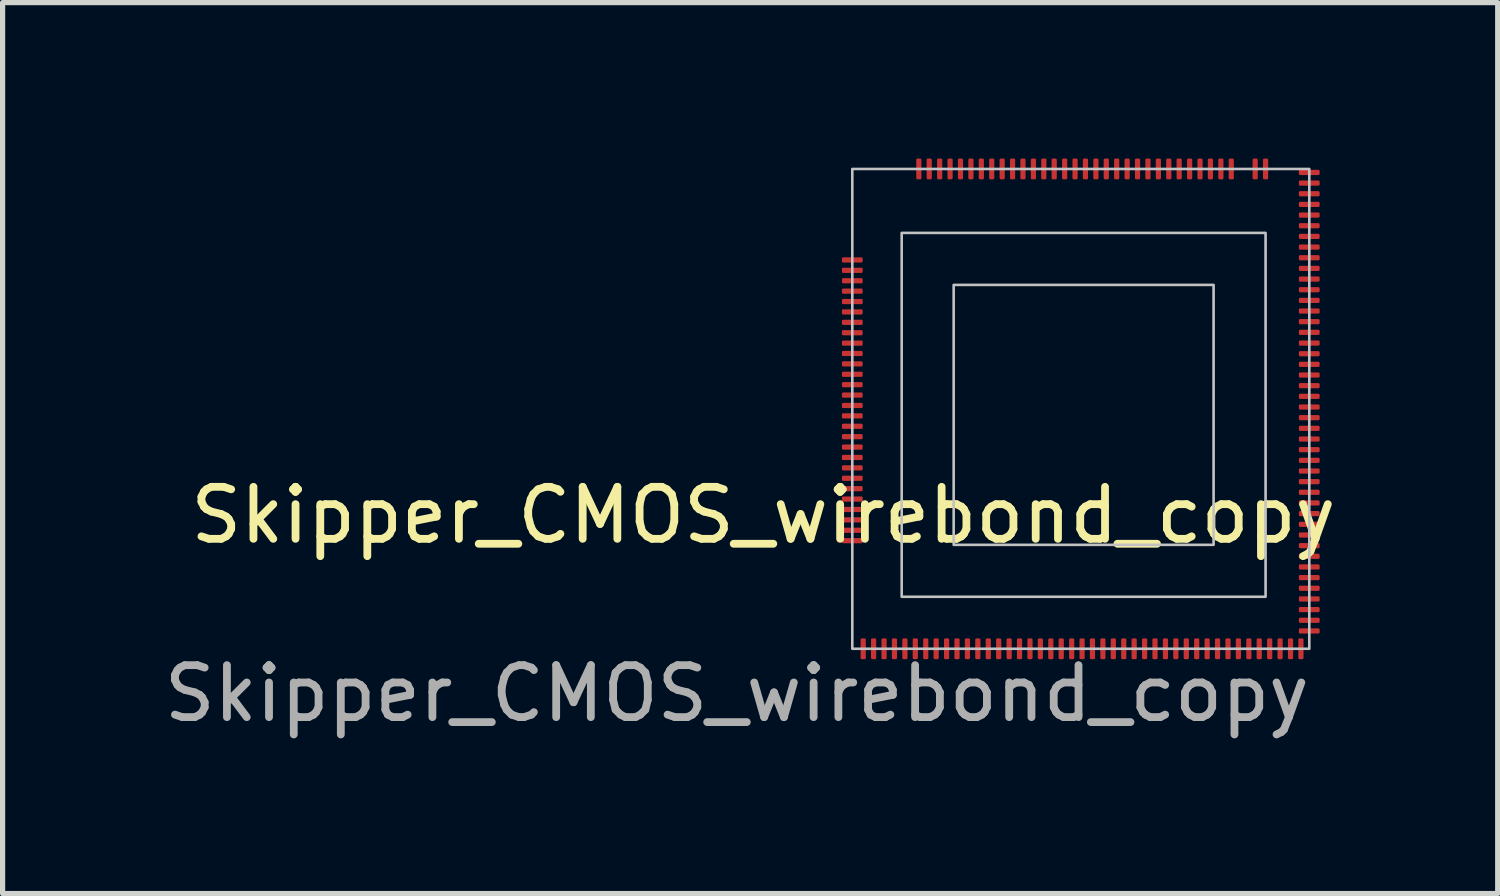
<source format=kicad_pcb>
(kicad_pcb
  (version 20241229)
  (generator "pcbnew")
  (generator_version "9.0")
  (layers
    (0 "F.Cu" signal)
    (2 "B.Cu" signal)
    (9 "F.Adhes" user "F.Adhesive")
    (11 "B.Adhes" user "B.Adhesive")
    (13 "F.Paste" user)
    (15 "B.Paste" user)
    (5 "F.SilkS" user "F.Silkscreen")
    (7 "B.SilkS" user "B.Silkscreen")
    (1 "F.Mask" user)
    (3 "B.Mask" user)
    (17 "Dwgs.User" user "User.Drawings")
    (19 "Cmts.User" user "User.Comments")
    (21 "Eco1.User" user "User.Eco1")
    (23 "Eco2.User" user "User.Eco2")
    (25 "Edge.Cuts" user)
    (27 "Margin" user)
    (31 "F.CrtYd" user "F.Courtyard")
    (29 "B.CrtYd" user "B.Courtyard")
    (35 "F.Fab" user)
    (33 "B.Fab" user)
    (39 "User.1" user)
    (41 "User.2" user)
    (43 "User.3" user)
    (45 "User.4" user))
  (footprint "Skipper_CMOS_wirebond_copy"
    (layer "F.Cu")
    (at 15.295 7.43)
    (property "Reference" "Skipper_CMOS_wirebond_copy" (at -3.66 -0.57 0) (unlocked yes) (layer "F.SilkS") (effects (font (size 1 1) (thickness 0.15))))
    (attr smd)
    (fp_rect (start -1.95 -7.23) (end 6.841 2) (stroke (width 0.05) (type solid)) (fill no) (layer "Dwgs.User"))
    (fp_rect (start -1 -6) (end 6 1) (stroke (width 0.05) (type solid)) (fill no) (layer "Dwgs.User"))
    (fp_rect (start 0 0) (end 5 -5) (stroke (width 0.05) (type solid)) (fill no) (layer "Dwgs.User"))
    (fp_rect (start 0.23 -1.55) (end 0.75 -4.19) (stroke (width 0.05) (type solid)) (fill no) (layer "User.1"))
    (fp_rect (start 0.5 -0.66) (end 4.55 -0.18) (stroke (width 0.05) (type solid)) (fill no) (layer "User.1"))
    (fp_rect (start 1.105 -4.8) (end 3.935 -4.28) (stroke (width 0.05) (type solid)) (fill no) (layer "User.1"))
    (fp_rect (start 4.33 -0.79) (end 4.76 -4.69) (stroke (width 0.05) (type solid)) (fill no) (layer "User.1"))
    (fp_text user "${REFERENCE}" (at -4.17 2.86 0) (unlocked yes) (layer "F.Fab") (effects (font (size 1 1) (thickness 0.15))))
    (fp_text user "Matrix Ctrl Logic" (at 0.48 -2.88 270) (unlocked yes) (layer "User.1") (effects (font (size 0.2 0.2) (thickness 0.035))))
    (fp_text user "Analog Front-End" (at 2.53 -0.41 0) (unlocked yes) (layer "User.1") (effects (font (size 0.27 0.27) (thickness 0.04))))
    (fp_text user "TOP pixel Supplies-REFs" (at 2.51 -4.53 180) (unlocked yes) (layer "User.1") (effects (font (size 0.14 0.14) (thickness 0.02))))
    (fp_text user "Test Structures" (at 4.55 -2.75 90) (unlocked yes) (layer "User.1") (effects (font (size 0.27 0.27) (thickness 0.04))))
    (pad "" smd roundrect (at 0.076 -4.279 180) (size 0.12 0.08) (layers "F.Mask" "F.Paste") (roundrect_rratio 0.25))
    (pad "" smd roundrect (at 0.076 -4.179 180) (size 0.12 0.08) (layers "F.Mask" "F.Paste") (roundrect_rratio 0.25))
    (pad "" smd roundrect (at 0.076 -4.08 180) (size 0.12 0.08) (layers "F.Mask" "F.Paste") (roundrect_rratio 0.25))
    (pad "" smd roundrect (at 0.076 -3.979 180) (size 0.12 0.08) (layers "F.Mask" "F.Paste") (roundrect_rratio 0.25))
    (pad "" smd roundrect (at 0.076 -3.88 180) (size 0.12 0.08) (layers "F.Mask" "F.Paste") (roundrect_rratio 0.25))
    (pad "" smd roundrect (at 0.076 -3.78 180) (size 0.12 0.08) (layers "F.Mask" "F.Paste") (roundrect_rratio 0.25))
    (pad "" smd roundrect (at 0.076 -3.679 180) (size 0.12 0.08) (layers "F.Mask" "F.Paste") (roundrect_rratio 0.25))
    (pad "" smd roundrect (at 0.076 -3.579 180) (size 0.12 0.08) (layers "F.Mask" "F.Paste") (roundrect_rratio 0.25))
    (pad "" smd roundrect (at 0.076 -3.479 180) (size 0.12 0.08) (layers "F.Mask" "F.Paste") (roundrect_rratio 0.25))
    (pad "" smd roundrect (at 0.076 -3.38 180) (size 0.12 0.08) (layers "F.Mask" "F.Paste") (roundrect_rratio 0.25))
    (pad "" smd roundrect (at 0.076 -3.28 180) (size 0.12 0.08) (layers "F.Mask" "F.Paste") (roundrect_rratio 0.25))
    (pad "" smd roundrect (at 0.076 -3.179 180) (size 0.12 0.08) (layers "F.Mask" "F.Paste") (roundrect_rratio 0.25))
    (pad "" smd roundrect (at 0.076 -3.079 180) (size 0.12 0.08) (layers "F.Mask" "F.Paste") (roundrect_rratio 0.25))
    (pad "" smd roundrect (at 0.076 -2.88 180) (size 0.12 0.08) (layers "F.Mask" "F.Paste") (roundrect_rratio 0.25))
    (pad "" smd roundrect (at 0.076 -2.78 180) (size 0.12 0.08) (layers "F.Mask" "F.Paste") (roundrect_rratio 0.25))
    (pad "" smd roundrect (at 0.076 -2.679 180) (size 0.12 0.08) (layers "F.Mask" "F.Paste") (roundrect_rratio 0.25))
    (pad "" smd roundrect (at 0.076 -2.579 180) (size 0.12 0.08) (layers "F.Mask" "F.Paste") (roundrect_rratio 0.25))
    (pad "" smd roundrect (at 0.076 -2.479 180) (size 0.12 0.08) (layers "F.Mask" "F.Paste") (roundrect_rratio 0.25))
    (pad "" smd roundrect (at 0.076 -2.38 180) (size 0.12 0.08) (layers "F.Mask" "F.Paste") (roundrect_rratio 0.25))
    (pad "" smd roundrect (at 0.076 -2.28 180) (size 0.12 0.08) (layers "F.Mask" "F.Paste") (roundrect_rratio 0.25))
    (pad "" smd roundrect (at 0.076 -2.179 180) (size 0.12 0.08) (layers "F.Mask" "F.Paste") (roundrect_rratio 0.25))
    (pad "" smd roundrect (at 0.076 -2.079 180) (size 0.12 0.08) (layers "F.Mask" "F.Paste") (roundrect_rratio 0.25))
    (pad "" smd roundrect (at 0.076 -1.98 180) (size 0.12 0.08) (layers "F.Mask" "F.Paste") (roundrect_rratio 0.25))
    (pad "" smd roundrect (at 0.076 -1.879 180) (size 0.12 0.08) (layers "F.Mask" "F.Paste") (roundrect_rratio 0.25))
    (pad "" smd roundrect (at 0.076 -1.78 180) (size 0.12 0.08) (layers "F.Mask" "F.Paste") (roundrect_rratio 0.25))
    (pad "" smd roundrect (at 0.076 -1.679 180) (size 0.12 0.08) (layers "F.Mask" "F.Paste") (roundrect_rratio 0.25))
    (pad "" smd roundrect (at 0.076 -1.579 180) (size 0.12 0.08) (layers "F.Mask" "F.Paste") (roundrect_rratio 0.25))
    (pad "" smd roundrect (at 0.076 -1.48 180) (size 0.12 0.08) (layers "F.Mask" "F.Paste") (roundrect_rratio 0.25))
    (pad "" smd roundrect (at 0.413 -0.071 90) (size 0.12 0.08) (layers "F.Mask" "F.Paste") (roundrect_rratio 0.25))
    (pad "" smd roundrect (at 0.513 -0.071 90) (size 0.12 0.08) (layers "F.Mask" "F.Paste") (roundrect_rratio 0.25))
    (pad "" smd roundrect (at 0.614 -0.071 90) (size 0.12 0.08) (layers "F.Mask" "F.Paste") (roundrect_rratio 0.25))
    (pad "" smd roundrect (at 0.714 -0.071 90) (size 0.12 0.08) (layers "F.Mask" "F.Paste") (roundrect_rratio 0.25))
    (pad "" smd roundrect (at 0.814 -0.071 90) (size 0.12 0.08) (layers "F.Mask" "F.Paste") (roundrect_rratio 0.25))
    (pad "" smd roundrect (at 0.913 -0.071 90) (size 0.12 0.08) (layers "F.Mask" "F.Paste") (roundrect_rratio 0.25))
    (pad "" smd roundrect (at 1.014 -4.928 90) (size 0.12 0.08) (layers "F.Mask" "F.Paste") (roundrect_rratio 0.25))
    (pad "" smd roundrect (at 1.014 -0.071 90) (size 0.12 0.08) (layers "F.Mask" "F.Paste") (roundrect_rratio 0.25))
    (pad "" smd roundrect (at 1.113 -4.928 90) (size 0.12 0.08) (layers "F.Mask" "F.Paste") (roundrect_rratio 0.25))
    (pad "" smd roundrect (at 1.113 -0.071 90) (size 0.12 0.08) (layers "F.Mask" "F.Paste") (roundrect_rratio 0.25))
    (pad "" smd roundrect (at 1.214 -4.928 90) (size 0.12 0.08) (layers "F.Mask" "F.Paste") (roundrect_rratio 0.25))
    (pad "" smd roundrect (at 1.214 -0.071 90) (size 0.12 0.08) (layers "F.Mask" "F.Paste") (roundrect_rratio 0.25))
    (pad "" smd roundrect (at 1.313 -4.928 90) (size 0.12 0.08) (layers "F.Mask" "F.Paste") (roundrect_rratio 0.25))
    (pad "" smd roundrect (at 1.313 -0.071 90) (size 0.12 0.08) (layers "F.Mask" "F.Paste") (roundrect_rratio 0.25))
    (pad "" smd roundrect (at 1.413 -4.928 90) (size 0.12 0.08) (layers "F.Mask" "F.Paste") (roundrect_rratio 0.25))
    (pad "" smd roundrect (at 1.413 -0.071 90) (size 0.12 0.08) (layers "F.Mask" "F.Paste") (roundrect_rratio 0.25))
    (pad "" smd roundrect (at 1.514 -4.928 90) (size 0.12 0.08) (layers "F.Mask" "F.Paste") (roundrect_rratio 0.25))
    (pad "" smd roundrect (at 1.514 -0.071 90) (size 0.12 0.08) (layers "F.Mask" "F.Paste") (roundrect_rratio 0.25))
    (pad "" smd roundrect (at 1.613 -4.928 90) (size 0.12 0.08) (layers "F.Mask" "F.Paste") (roundrect_rratio 0.25))
    (pad "" smd roundrect (at 1.613 -0.071 90) (size 0.12 0.08) (layers "F.Mask" "F.Paste") (roundrect_rratio 0.25))
    (pad "" smd roundrect (at 1.714 -4.928 90) (size 0.12 0.08) (layers "F.Mask" "F.Paste") (roundrect_rratio 0.25))
    (pad "" smd roundrect (at 1.714 -0.071 90) (size 0.12 0.08) (layers "F.Mask" "F.Paste") (roundrect_rratio 0.25))
    (pad "" smd roundrect (at 1.813 -4.928 90) (size 0.12 0.08) (layers "F.Mask" "F.Paste") (roundrect_rratio 0.25))
    (pad "" smd roundrect (at 1.813 -0.071 90) (size 0.12 0.08) (layers "F.Mask" "F.Paste") (roundrect_rratio 0.25))
    (pad "" smd roundrect (at 1.913 -4.928 90) (size 0.12 0.08) (layers "F.Mask" "F.Paste") (roundrect_rratio 0.25))
    (pad "" smd roundrect (at 1.913 -0.071 90) (size 0.12 0.08) (layers "F.Mask" "F.Paste") (roundrect_rratio 0.25))
    (pad "" smd roundrect (at 2.014 -4.928 90) (size 0.12 0.08) (layers "F.Mask" "F.Paste") (roundrect_rratio 0.25))
    (pad "" smd roundrect (at 2.014 -0.071 90) (size 0.12 0.08) (layers "F.Mask" "F.Paste") (roundrect_rratio 0.25))
    (pad "" smd roundrect (at 2.114 -4.928 90) (size 0.12 0.08) (layers "F.Mask" "F.Paste") (roundrect_rratio 0.25))
    (pad "" smd roundrect (at 2.114 -0.071 90) (size 0.12 0.08) (layers "F.Mask" "F.Paste") (roundrect_rratio 0.25))
    (pad "" smd roundrect (at 2.213 -4.928 90) (size 0.12 0.08) (layers "F.Mask" "F.Paste") (roundrect_rratio 0.25))
    (pad "" smd roundrect (at 2.213 -0.071 90) (size 0.12 0.08) (layers "F.Mask" "F.Paste") (roundrect_rratio 0.25))
    (pad "" smd roundrect (at 2.313 -4.928 90) (size 0.12 0.08) (layers "F.Mask" "F.Paste") (roundrect_rratio 0.25))
    (pad "" smd roundrect (at 2.313 -0.071 90) (size 0.12 0.08) (layers "F.Mask" "F.Paste") (roundrect_rratio 0.25))
    (pad "" smd roundrect (at 2.413 -4.928 90) (size 0.12 0.08) (layers "F.Mask" "F.Paste") (roundrect_rratio 0.25))
    (pad "" smd roundrect (at 2.413 -0.071 90) (size 0.12 0.08) (layers "F.Mask" "F.Paste") (roundrect_rratio 0.25))
    (pad "" smd roundrect (at 2.514 -4.928 90) (size 0.12 0.08) (layers "F.Mask" "F.Paste") (roundrect_rratio 0.25))
    (pad "" smd roundrect (at 2.514 -0.071 90) (size 0.12 0.08) (layers "F.Mask" "F.Paste") (roundrect_rratio 0.25))
    (pad "" smd roundrect (at 2.614 -4.928 90) (size 0.12 0.08) (layers "F.Mask" "F.Paste") (roundrect_rratio 0.25))
    (pad "" smd roundrect (at 2.614 -0.071 90) (size 0.12 0.08) (layers "F.Mask" "F.Paste") (roundrect_rratio 0.25))
    (pad "" smd roundrect (at 2.713 -4.928 90) (size 0.12 0.08) (layers "F.Mask" "F.Paste") (roundrect_rratio 0.25))
    (pad "" smd roundrect (at 2.713 -0.071 90) (size 0.12 0.08) (layers "F.Mask" "F.Paste") (roundrect_rratio 0.25))
    (pad "" smd roundrect (at 2.813 -4.928 90) (size 0.12 0.08) (layers "F.Mask" "F.Paste") (roundrect_rratio 0.25))
    (pad "" smd roundrect (at 2.813 -0.071 90) (size 0.12 0.08) (layers "F.Mask" "F.Paste") (roundrect_rratio 0.25))
    (pad "" smd roundrect (at 2.913 -4.928 90) (size 0.12 0.08) (layers "F.Mask" "F.Paste") (roundrect_rratio 0.25))
    (pad "" smd roundrect (at 2.913 -0.071 90) (size 0.12 0.08) (layers "F.Mask" "F.Paste") (roundrect_rratio 0.25))
    (pad "" smd roundrect (at 3.014 -4.928 90) (size 0.12 0.08) (layers "F.Mask" "F.Paste") (roundrect_rratio 0.25))
    (pad "" smd roundrect (at 3.014 -0.071 90) (size 0.12 0.08) (layers "F.Mask" "F.Paste") (roundrect_rratio 0.25))
    (pad "" smd roundrect (at 3.114 -4.928 90) (size 0.12 0.08) (layers "F.Mask" "F.Paste") (roundrect_rratio 0.25))
    (pad "" smd roundrect (at 3.114 -0.071 90) (size 0.12 0.08) (layers "F.Mask" "F.Paste") (roundrect_rratio 0.25))
    (pad "" smd roundrect (at 3.213 -4.928 90) (size 0.12 0.08) (layers "F.Mask" "F.Paste") (roundrect_rratio 0.25))
    (pad "" smd roundrect (at 3.213 -0.071 90) (size 0.12 0.08) (layers "F.Mask" "F.Paste") (roundrect_rratio 0.25))
    (pad "" smd roundrect (at 3.313 -4.928 90) (size 0.12 0.08) (layers "F.Mask" "F.Paste") (roundrect_rratio 0.25))
    (pad "" smd roundrect (at 3.313 -0.071 90) (size 0.12 0.08) (layers "F.Mask" "F.Paste") (roundrect_rratio 0.25))
    (pad "" smd roundrect (at 3.413 -4.928 90) (size 0.12 0.08) (layers "F.Mask" "F.Paste") (roundrect_rratio 0.25))
    (pad "" smd roundrect (at 3.413 -0.071 90) (size 0.12 0.08) (layers "F.Mask" "F.Paste") (roundrect_rratio 0.25))
    (pad "" smd roundrect (at 3.514 -4.928 90) (size 0.12 0.08) (layers "F.Mask" "F.Paste") (roundrect_rratio 0.25))
    (pad "" smd roundrect (at 3.514 -0.071 90) (size 0.12 0.08) (layers "F.Mask" "F.Paste") (roundrect_rratio 0.25))
    (pad "" smd roundrect (at 3.614 -4.928 90) (size 0.12 0.08) (layers "F.Mask" "F.Paste") (roundrect_rratio 0.25))
    (pad "" smd roundrect (at 3.614 -0.071 90) (size 0.12 0.08) (layers "F.Mask" "F.Paste") (roundrect_rratio 0.25))
    (pad "" smd roundrect (at 3.713 -4.928 90) (size 0.12 0.08) (layers "F.Mask" "F.Paste") (roundrect_rratio 0.25))
    (pad "" smd roundrect (at 3.713 -0.071 90) (size 0.12 0.08) (layers "F.Mask" "F.Paste") (roundrect_rratio 0.25))
    (pad "" smd roundrect (at 3.813 -4.928 90) (size 0.12 0.08) (layers "F.Mask" "F.Paste") (roundrect_rratio 0.25))
    (pad "" smd roundrect (at 3.813 -0.071 90) (size 0.12 0.08) (layers "F.Mask" "F.Paste") (roundrect_rratio 0.25))
    (pad "" smd roundrect (at 3.913 -4.928 90) (size 0.12 0.08) (layers "F.Mask" "F.Paste") (roundrect_rratio 0.25))
    (pad "" smd roundrect (at 3.913 -0.071 90) (size 0.12 0.08) (layers "F.Mask" "F.Paste") (roundrect_rratio 0.25))
    (pad "" smd roundrect (at 4.013 -4.928 90) (size 0.12 0.08) (layers "F.Mask" "F.Paste") (roundrect_rratio 0.25))
    (pad "" smd roundrect (at 4.013 -0.071 90) (size 0.12 0.08) (layers "F.Mask" "F.Paste") (roundrect_rratio 0.25))
    (pad "" smd roundrect (at 4.114 -0.071 90) (size 0.12 0.08) (layers "F.Mask" "F.Paste") (roundrect_rratio 0.25))
    (pad "" smd roundrect (at 4.213 -0.071 90) (size 0.12 0.08) (layers "F.Mask" "F.Paste") (roundrect_rratio 0.25))
    (pad "" smd roundrect (at 4.314 -0.071 90) (size 0.12 0.08) (layers "F.Mask" "F.Paste") (roundrect_rratio 0.25))
    (pad "" smd roundrect (at 4.319 -4.928 90) (size 0.12 0.08) (layers "F.Mask" "F.Paste") (roundrect_rratio 0.25))
    (pad "" smd roundrect (at 4.413 -0.071 90) (size 0.12 0.08) (layers "F.Mask" "F.Paste") (roundrect_rratio 0.25))
    (pad "" smd roundrect (at 4.42 -4.928 90) (size 0.12 0.08) (layers "F.Mask" "F.Paste") (roundrect_rratio 0.25))
    (pad "" smd roundrect (at 4.513 -0.071 90) (size 0.12 0.08) (layers "F.Mask" "F.Paste") (roundrect_rratio 0.25))
    (pad "" smd roundrect (at 4.614 -0.071 90) (size 0.12 0.08) (layers "F.Mask" "F.Paste") (roundrect_rratio 0.25))
    (pad "" smd roundrect (at 4.92 -4.79 180) (size 0.12 0.08) (layers "F.Mask" "F.Paste") (roundrect_rratio 0.25))
    (pad "" smd roundrect (at 4.92 -4.689 180) (size 0.12 0.08) (layers "F.Mask" "F.Paste") (roundrect_rratio 0.25))
    (pad "" smd roundrect (at 4.92 -4.59 180) (size 0.12 0.08) (layers "F.Mask" "F.Paste") (roundrect_rratio 0.25))
    (pad "" smd roundrect (at 4.92 -4.489 180) (size 0.12 0.08) (layers "F.Mask" "F.Paste") (roundrect_rratio 0.25))
    (pad "" smd roundrect (at 4.92 -4.389 180) (size 0.12 0.08) (layers "F.Mask" "F.Paste") (roundrect_rratio 0.25))
    (pad "" smd roundrect (at 4.92 -4.29 180) (size 0.12 0.08) (layers "F.Mask" "F.Paste") (roundrect_rratio 0.25))
    (pad "" smd roundrect (at 4.92 -4.189 180) (size 0.12 0.08) (layers "F.Mask" "F.Paste") (roundrect_rratio 0.25))
    (pad "" smd roundrect (at 4.92 -4.09 180) (size 0.12 0.08) (layers "F.Mask" "F.Paste") (roundrect_rratio 0.25))
    (pad "" smd roundrect (at 4.92 -3.99 180) (size 0.12 0.08) (layers "F.Mask" "F.Paste") (roundrect_rratio 0.25))
    (pad "" smd roundrect (at 4.92 -3.889 180) (size 0.12 0.08) (layers "F.Mask" "F.Paste") (roundrect_rratio 0.25))
    (pad "" smd roundrect (at 4.92 -3.789 180) (size 0.12 0.08) (layers "F.Mask" "F.Paste") (roundrect_rratio 0.25))
    (pad "" smd roundrect (at 4.92 -3.689 180) (size 0.12 0.08) (layers "F.Mask" "F.Paste") (roundrect_rratio 0.25))
    (pad "" smd roundrect (at 4.92 -3.59 180) (size 0.12 0.08) (layers "F.Mask" "F.Paste") (roundrect_rratio 0.25))
    (pad "" smd roundrect (at 4.92 -3.49 180) (size 0.12 0.08) (layers "F.Mask" "F.Paste") (roundrect_rratio 0.25))
    (pad "" smd roundrect (at 4.92 -3.389 180) (size 0.12 0.08) (layers "F.Mask" "F.Paste") (roundrect_rratio 0.25))
    (pad "" smd roundrect (at 4.92 -3.289 180) (size 0.12 0.08) (layers "F.Mask" "F.Paste") (roundrect_rratio 0.25))
    (pad "" smd roundrect (at 4.92 -3.189 180) (size 0.12 0.08) (layers "F.Mask" "F.Paste") (roundrect_rratio 0.25))
    (pad "" smd roundrect (at 4.92 -3.09 180) (size 0.12 0.08) (layers "F.Mask" "F.Paste") (roundrect_rratio 0.25))
    (pad "" smd roundrect (at 4.92 -2.99 180) (size 0.12 0.08) (layers "F.Mask" "F.Paste") (roundrect_rratio 0.25))
    (pad "" smd roundrect (at 4.92 -2.889 180) (size 0.12 0.08) (layers "F.Mask" "F.Paste") (roundrect_rratio 0.25))
    (pad "" smd roundrect (at 4.92 -2.789 180) (size 0.12 0.08) (layers "F.Mask" "F.Paste") (roundrect_rratio 0.25))
    (pad "" smd roundrect (at 4.92 -2.689 180) (size 0.12 0.08) (layers "F.Mask" "F.Paste") (roundrect_rratio 0.25))
    (pad "" smd roundrect (at 4.92 -2.59 180) (size 0.12 0.08) (layers "F.Mask" "F.Paste") (roundrect_rratio 0.25))
    (pad "" smd roundrect (at 4.92 -2.49 180) (size 0.12 0.08) (layers "F.Mask" "F.Paste") (roundrect_rratio 0.25))
    (pad "" smd roundrect (at 4.92 -2.389 180) (size 0.12 0.08) (layers "F.Mask" "F.Paste") (roundrect_rratio 0.25))
    (pad "" smd roundrect (at 4.92 -2.289 180) (size 0.12 0.08) (layers "F.Mask" "F.Paste") (roundrect_rratio 0.25))
    (pad "" smd roundrect (at 4.92 -2.189 180) (size 0.12 0.08) (layers "F.Mask" "F.Paste") (roundrect_rratio 0.25))
    (pad "" smd roundrect (at 4.92 -2.09 180) (size 0.12 0.08) (layers "F.Mask" "F.Paste") (roundrect_rratio 0.25))
    (pad "" smd roundrect (at 4.92 -1.99 180) (size 0.12 0.08) (layers "F.Mask" "F.Paste") (roundrect_rratio 0.25))
    (pad "" smd roundrect (at 4.92 -1.889 180) (size 0.12 0.08) (layers "F.Mask" "F.Paste") (roundrect_rratio 0.25))
    (pad "" smd roundrect (at 4.92 -1.79 180) (size 0.12 0.08) (layers "F.Mask" "F.Paste") (roundrect_rratio 0.25))
    (pad "" smd roundrect (at 4.92 -1.69 180) (size 0.12 0.08) (layers "F.Mask" "F.Paste") (roundrect_rratio 0.25))
    (pad "" smd roundrect (at 4.92 -1.589 180) (size 0.12 0.08) (layers "F.Mask" "F.Paste") (roundrect_rratio 0.25))
    (pad "" smd roundrect (at 4.92 -1.49 180) (size 0.12 0.08) (layers "F.Mask" "F.Paste") (roundrect_rratio 0.25))
    (pad "" smd roundrect (at 4.92 -1.389 180) (size 0.12 0.08) (layers "F.Mask" "F.Paste") (roundrect_rratio 0.25))
    (pad "" smd roundrect (at 4.92 -1.29 180) (size 0.12 0.08) (layers "F.Mask" "F.Paste") (roundrect_rratio 0.25))
    (pad "" smd roundrect (at 4.92 -1.19 180) (size 0.12 0.08) (layers "F.Mask" "F.Paste") (roundrect_rratio 0.25))
    (pad "" smd roundrect (at 4.92 -1.089 180) (size 0.12 0.08) (layers "F.Mask" "F.Paste") (roundrect_rratio 0.25))
    (pad "" smd roundrect (at 4.92 -0.99 180) (size 0.12 0.08) (layers "F.Mask" "F.Paste") (roundrect_rratio 0.25))
    (pad "" smd roundrect (at 4.92 -0.889 180) (size 0.12 0.08) (layers "F.Mask" "F.Paste") (roundrect_rratio 0.25))
    (pad "" smd roundrect (at 4.92 -0.789 180) (size 0.12 0.08) (layers "F.Mask" "F.Paste") (roundrect_rratio 0.25))
    (pad "" smd roundrect (at 4.92 -0.69 180) (size 0.12 0.08) (layers "F.Mask" "F.Paste") (roundrect_rratio 0.25))
    (pad "" smd roundrect (at 4.92 -0.59 180) (size 0.12 0.08) (layers "F.Mask" "F.Paste") (roundrect_rratio 0.25))
    (pad "" smd roundrect (at 4.92 -0.489 180) (size 0.12 0.08) (layers "F.Mask" "F.Paste") (roundrect_rratio 0.25))
    (pad "1" smd roundrect (at -1.74 2 90) (size 0.4 0.1) (layers "F.Cu" "F.Mask" "F.Paste") (roundrect_rratio 0.25))
    (pad "2" smd roundrect (at -1.54 2 90) (size 0.4 0.1) (layers "F.Cu" "F.Mask" "F.Paste") (roundrect_rratio 0.25))
    (pad "3" smd roundrect (at -1.339 2 90) (size 0.4 0.1) (layers "F.Cu" "F.Mask" "F.Paste") (roundrect_rratio 0.25))
    (pad "4" smd roundrect (at -1.139 2 90) (size 0.4 0.1) (layers "F.Cu" "F.Mask" "F.Paste") (roundrect_rratio 0.25))
    (pad "5" smd roundrect (at -0.938 2 90) (size 0.4 0.1) (layers "F.Cu" "F.Mask" "F.Paste") (roundrect_rratio 0.25))
    (pad "6" smd roundrect (at -0.738 2 90) (size 0.4 0.1) (layers "F.Cu" "F.Mask" "F.Paste") (roundrect_rratio 0.25))
    (pad "7" smd roundrect (at -0.537 2 90) (size 0.4 0.1) (layers "F.Cu" "F.Mask" "F.Paste") (roundrect_rratio 0.25))
    (pad "8" smd roundrect (at -0.337 2 90) (size 0.4 0.1) (layers "F.Cu" "F.Mask" "F.Paste") (roundrect_rratio 0.25))
    (pad "9" smd roundrect (at -0.136 2 90) (size 0.4 0.1) (layers "F.Cu" "F.Mask" "F.Paste") (roundrect_rratio 0.25))
    (pad "10" smd roundrect (at 0.064 2 90) (size 0.4 0.1) (layers "F.Cu" "F.Mask" "F.Paste") (roundrect_rratio 0.25))
    (pad "11" smd roundrect (at 0.265 2 90) (size 0.4 0.1) (layers "F.Cu" "F.Mask" "F.Paste") (roundrect_rratio 0.25))
    (pad "12" smd roundrect (at 0.465 2 90) (size 0.4 0.1) (layers "F.Cu" "F.Mask" "F.Paste") (roundrect_rratio 0.25))
    (pad "13" smd roundrect (at 0.666 2 90) (size 0.4 0.1) (layers "F.Cu" "F.Mask" "F.Paste") (roundrect_rratio 0.25))
    (pad "14" smd roundrect (at 0.866 2 90) (size 0.4 0.1) (layers "F.Cu" "F.Mask" "F.Paste") (roundrect_rratio 0.25))
    (pad "15" smd roundrect (at 1.067 2 90) (size 0.4 0.1) (layers "F.Cu" "F.Mask" "F.Paste") (roundrect_rratio 0.25))
    (pad "16" smd roundrect (at 1.267 2 90) (size 0.4 0.1) (layers "F.Cu" "F.Mask" "F.Paste") (roundrect_rratio 0.25))
    (pad "17" smd roundrect (at 1.468 2 90) (size 0.4 0.1) (layers "F.Cu" "F.Mask" "F.Paste") (roundrect_rratio 0.25))
    (pad "18" smd roundrect (at 1.668 2 90) (size 0.4 0.1) (layers "F.Cu" "F.Mask" "F.Paste") (roundrect_rratio 0.25))
    (pad "19" smd roundrect (at 1.869 2 90) (size 0.4 0.1) (layers "F.Cu" "F.Mask" "F.Paste") (roundrect_rratio 0.25))
    (pad "20" smd roundrect (at 2.069 2 90) (size 0.4 0.1) (layers "F.Cu" "F.Mask" "F.Paste") (roundrect_rratio 0.25))
    (pad "21" smd roundrect (at 2.27 2 90) (size 0.4 0.1) (layers "F.Cu" "F.Mask" "F.Paste") (roundrect_rratio 0.25))
    (pad "22" smd roundrect (at 2.47 2 90) (size 0.4 0.1) (layers "F.Cu" "F.Mask" "F.Paste") (roundrect_rratio 0.25))
    (pad "23" smd roundrect (at 2.67 2 90) (size 0.4 0.1) (layers "F.Cu" "F.Mask" "F.Paste") (roundrect_rratio 0.25))
    (pad "24" smd roundrect (at 2.871 2 90) (size 0.4 0.1) (layers "F.Cu" "F.Mask" "F.Paste") (roundrect_rratio 0.25))
    (pad "25" smd roundrect (at 3.071 2 90) (size 0.4 0.1) (layers "F.Cu" "F.Mask" "F.Paste") (roundrect_rratio 0.25))
    (pad "26" smd roundrect (at 3.272 2 90) (size 0.4 0.1) (layers "F.Cu" "F.Mask" "F.Paste") (roundrect_rratio 0.25))
    (pad "27" smd roundrect (at 3.472 2 90) (size 0.4 0.1) (layers "F.Cu" "F.Mask" "F.Paste") (roundrect_rratio 0.25))
    (pad "28" smd roundrect (at 3.673 2 90) (size 0.4 0.1) (layers "F.Cu" "F.Mask" "F.Paste") (roundrect_rratio 0.25))
    (pad "29" smd roundrect (at 3.873 2 90) (size 0.4 0.1) (layers "F.Cu" "F.Mask" "F.Paste") (roundrect_rratio 0.25))
    (pad "30" smd roundrect (at 4.074 2 90) (size 0.4 0.1) (layers "F.Cu" "F.Mask" "F.Paste") (roundrect_rratio 0.25))
    (pad "31" smd roundrect (at 4.274 2 90) (size 0.4 0.1) (layers "F.Cu" "F.Mask" "F.Paste") (roundrect_rratio 0.25))
    (pad "32" smd roundrect (at 4.475 2 90) (size 0.4 0.1) (layers "F.Cu" "F.Mask" "F.Paste") (roundrect_rratio 0.25))
    (pad "33" smd roundrect (at 4.675 2 90) (size 0.4 0.1) (layers "F.Cu" "F.Mask" "F.Paste") (roundrect_rratio 0.25))
    (pad "34" smd roundrect (at 4.876 2 90) (size 0.4 0.1) (layers "F.Cu" "F.Mask" "F.Paste") (roundrect_rratio 0.25))
    (pad "35" smd roundrect (at 5.076 2 90) (size 0.4 0.1) (layers "F.Cu" "F.Mask" "F.Paste") (roundrect_rratio 0.25))
    (pad "36" smd roundrect (at 5.277 2 90) (size 0.4 0.1) (layers "F.Cu" "F.Mask" "F.Paste") (roundrect_rratio 0.25))
    (pad "37" smd roundrect (at 5.477 2 90) (size 0.4 0.1) (layers "F.Cu" "F.Mask" "F.Paste") (roundrect_rratio 0.25))
    (pad "38" smd roundrect (at 5.678 2 90) (size 0.4 0.1) (layers "F.Cu" "F.Mask" "F.Paste") (roundrect_rratio 0.25))
    (pad "39" smd roundrect (at 5.878 2 90) (size 0.4 0.1) (layers "F.Cu" "F.Mask" "F.Paste") (roundrect_rratio 0.25))
    (pad "40" smd roundrect (at 6.079 2 90) (size 0.4 0.1) (layers "F.Cu" "F.Mask" "F.Paste") (roundrect_rratio 0.25))
    (pad "41" smd roundrect (at 6.279 2 90) (size 0.4 0.1) (layers "F.Cu" "F.Mask" "F.Paste") (roundrect_rratio 0.25))
    (pad "42" smd roundrect (at 6.48 2 90) (size 0.4 0.1) (layers "F.Cu" "F.Mask" "F.Paste") (roundrect_rratio 0.25))
    (pad "43" smd roundrect (at 6.68 2 90) (size 0.4 0.1) (layers "F.Cu" "F.Mask" "F.Paste") (roundrect_rratio 0.25))
    (pad "44" smd roundrect (at -0.67 -7.23 90) (size 0.4 0.1) (layers "F.Cu" "F.Mask" "F.Paste") (roundrect_rratio 0.25))
    (pad "45" smd roundrect (at -0.47 -7.23 90) (size 0.4 0.1) (layers "F.Cu" "F.Mask" "F.Paste") (roundrect_rratio 0.25))
    (pad "46" smd roundrect (at -0.269 -7.23 90) (size 0.4 0.1) (layers "F.Cu" "F.Mask" "F.Paste") (roundrect_rratio 0.25))
    (pad "47" smd roundrect (at -0.069 -7.23 90) (size 0.4 0.1) (layers "F.Cu" "F.Mask" "F.Paste") (roundrect_rratio 0.25))
    (pad "48" smd roundrect (at 0.131 -7.23 90) (size 0.4 0.1) (layers "F.Cu" "F.Mask" "F.Paste") (roundrect_rratio 0.25))
    (pad "49" smd roundrect (at 0.332 -7.23 90) (size 0.4 0.1) (layers "F.Cu" "F.Mask" "F.Paste") (roundrect_rratio 0.25))
    (pad "50" smd roundrect (at 0.532 -7.23 90) (size 0.4 0.1) (layers "F.Cu" "F.Mask" "F.Paste") (roundrect_rratio 0.25))
    (pad "51" smd roundrect (at 0.732 -7.23 90) (size 0.4 0.1) (layers "F.Cu" "F.Mask" "F.Paste") (roundrect_rratio 0.25))
    (pad "52" smd roundrect (at 0.933 -7.23 90) (size 0.4 0.1) (layers "F.Cu" "F.Mask" "F.Paste") (roundrect_rratio 0.25))
    (pad "53" smd roundrect (at 1.133 -7.23 90) (size 0.4 0.1) (layers "F.Cu" "F.Mask" "F.Paste") (roundrect_rratio 0.25))
    (pad "54" smd roundrect (at 1.333 -7.23 90) (size 0.4 0.1) (layers "F.Cu" "F.Mask" "F.Paste") (roundrect_rratio 0.25))
    (pad "55" smd roundrect (at 1.534 -7.23 90) (size 0.4 0.1) (layers "F.Cu" "F.Mask" "F.Paste") (roundrect_rratio 0.25))
    (pad "56" smd roundrect (at 1.734 -7.23 90) (size 0.4 0.1) (layers "F.Cu" "F.Mask" "F.Paste") (roundrect_rratio 0.25))
    (pad "57" smd roundrect (at 1.934 -7.23 90) (size 0.4 0.1) (layers "F.Cu" "F.Mask" "F.Paste") (roundrect_rratio 0.25))
    (pad "58" smd roundrect (at 2.135 -7.23 90) (size 0.4 0.1) (layers "F.Cu" "F.Mask" "F.Paste") (roundrect_rratio 0.25))
    (pad "59" smd roundrect (at 2.335 -7.23 90) (size 0.4 0.1) (layers "F.Cu" "F.Mask" "F.Paste") (roundrect_rratio 0.25))
    (pad "60" smd roundrect (at 2.535 -7.23 90) (size 0.4 0.1) (layers "F.Cu" "F.Mask" "F.Paste") (roundrect_rratio 0.25))
    (pad "61" smd roundrect (at 2.736 -7.23 90) (size 0.4 0.1) (layers "F.Cu" "F.Mask" "F.Paste") (roundrect_rratio 0.25))
    (pad "62" smd roundrect (at 2.936 -7.23 90) (size 0.4 0.1) (layers "F.Cu" "F.Mask" "F.Paste") (roundrect_rratio 0.25))
    (pad "63" smd roundrect (at 3.136 -7.23 90) (size 0.4 0.1) (layers "F.Cu" "F.Mask" "F.Paste") (roundrect_rratio 0.25))
    (pad "64" smd roundrect (at 3.337 -7.23 90) (size 0.4 0.1) (layers "F.Cu" "F.Mask" "F.Paste") (roundrect_rratio 0.25))
    (pad "65" smd roundrect (at 3.537 -7.23 90) (size 0.4 0.1) (layers "F.Cu" "F.Mask" "F.Paste") (roundrect_rratio 0.25))
    (pad "66" smd roundrect (at 3.737 -7.23 90) (size 0.4 0.1) (layers "F.Cu" "F.Mask" "F.Paste") (roundrect_rratio 0.25))
    (pad "67" smd roundrect (at 3.938 -7.23 90) (size 0.4 0.1) (layers "F.Cu" "F.Mask" "F.Paste") (roundrect_rratio 0.25))
    (pad "68" smd roundrect (at 4.138 -7.23 90) (size 0.4 0.1) (layers "F.Cu" "F.Mask" "F.Paste") (roundrect_rratio 0.25))
    (pad "69" smd roundrect (at 4.338 -7.23 90) (size 0.4 0.1) (layers "F.Cu" "F.Mask" "F.Paste") (roundrect_rratio 0.25))
    (pad "70" smd roundrect (at 4.539 -7.23 90) (size 0.4 0.1) (layers "F.Cu" "F.Mask" "F.Paste") (roundrect_rratio 0.25))
    (pad "71" smd roundrect (at 4.739 -7.23 90) (size 0.4 0.1) (layers "F.Cu" "F.Mask" "F.Paste") (roundrect_rratio 0.25))
    (pad "72" smd roundrect (at 4.939 -7.23 90) (size 0.4 0.1) (layers "F.Cu" "F.Mask" "F.Paste") (roundrect_rratio 0.25))
    (pad "73" smd roundrect (at 5.14 -7.23 90) (size 0.4 0.1) (layers "F.Cu" "F.Mask" "F.Paste") (roundrect_rratio 0.25))
    (pad "74" smd roundrect (at 5.34 -7.23 90) (size 0.4 0.1) (layers "F.Cu" "F.Mask" "F.Paste") (roundrect_rratio 0.25))
    (pad "75" smd roundrect (at -1.95 -5.48 180) (size 0.4 0.1) (layers "F.Cu" "F.Mask" "F.Paste") (roundrect_rratio 0.25))
    (pad "76" smd roundrect (at -1.95 -5.28 180) (size 0.4 0.1) (layers "F.Cu" "F.Mask" "F.Paste") (roundrect_rratio 0.25))
    (pad "77" smd roundrect (at -1.95 -5.08 180) (size 0.4 0.1) (layers "F.Cu" "F.Mask" "F.Paste") (roundrect_rratio 0.25))
    (pad "78" smd roundrect (at -1.95 -4.88 180) (size 0.4 0.1) (layers "F.Cu" "F.Mask" "F.Paste") (roundrect_rratio 0.25))
    (pad "79" smd roundrect (at -1.95 -4.68 180) (size 0.4 0.1) (layers "F.Cu" "F.Mask" "F.Paste") (roundrect_rratio 0.25))
    (pad "80" smd roundrect (at -1.95 -4.48 180) (size 0.4 0.1) (layers "F.Cu" "F.Mask" "F.Paste") (roundrect_rratio 0.25))
    (pad "81" smd roundrect (at -1.95 -4.28 180) (size 0.4 0.1) (layers "F.Cu" "F.Mask" "F.Paste") (roundrect_rratio 0.25))
    (pad "82" smd roundrect (at -1.95 -4.08 180) (size 0.4 0.1) (layers "F.Cu" "F.Mask" "F.Paste") (roundrect_rratio 0.25))
    (pad "83" smd roundrect (at -1.95 -3.88 180) (size 0.4 0.1) (layers "F.Cu" "F.Mask" "F.Paste") (roundrect_rratio 0.25))
    (pad "84" smd roundrect (at -1.95 -3.68 180) (size 0.4 0.1) (layers "F.Cu" "F.Mask" "F.Paste") (roundrect_rratio 0.25))
    (pad "85" smd roundrect (at -1.95 -3.48 180) (size 0.4 0.1) (layers "F.Cu" "F.Mask" "F.Paste") (roundrect_rratio 0.25))
    (pad "86" smd roundrect (at -1.95 -3.28 180) (size 0.4 0.1) (layers "F.Cu" "F.Mask" "F.Paste") (roundrect_rratio 0.25))
    (pad "87" smd roundrect (at -1.95 -3.08 180) (size 0.4 0.1) (layers "F.Cu" "F.Mask" "F.Paste") (roundrect_rratio 0.25))
    (pad "88" smd roundrect (at -1.95 -2.88 180) (size 0.4 0.1) (layers "F.Cu" "F.Mask" "F.Paste") (roundrect_rratio 0.25))
    (pad "89" smd roundrect (at -1.95 -2.68 180) (size 0.4 0.1) (layers "F.Cu" "F.Mask" "F.Paste") (roundrect_rratio 0.25))
    (pad "90" smd roundrect (at -1.95 -2.48 180) (size 0.4 0.1) (layers "F.Cu" "F.Mask" "F.Paste") (roundrect_rratio 0.25))
    (pad "91" smd roundrect (at -1.95 -2.28 180) (size 0.4 0.1) (layers "F.Cu" "F.Mask" "F.Paste") (roundrect_rratio 0.25))
    (pad "92" smd roundrect (at -1.95 -2.08 180) (size 0.4 0.1) (layers "F.Cu" "F.Mask" "F.Paste") (roundrect_rratio 0.25))
    (pad "93" smd roundrect (at -1.95 -1.88 180) (size 0.4 0.1) (layers "F.Cu" "F.Mask" "F.Paste") (roundrect_rratio 0.25))
    (pad "94" smd roundrect (at -1.95 -1.68 180) (size 0.4 0.1) (layers "F.Cu" "F.Mask" "F.Paste") (roundrect_rratio 0.25))
    (pad "95" smd roundrect (at -1.95 -1.48 180) (size 0.4 0.1) (layers "F.Cu" "F.Mask" "F.Paste") (roundrect_rratio 0.25))
    (pad "96" smd roundrect (at -1.95 -1.28 180) (size 0.4 0.1) (layers "F.Cu" "F.Mask" "F.Paste") (roundrect_rratio 0.25))
    (pad "97" smd roundrect (at -1.95 -1.08 180) (size 0.4 0.1) (layers "F.Cu" "F.Mask" "F.Paste") (roundrect_rratio 0.25))
    (pad "98" smd roundrect (at -1.95 -0.88 180) (size 0.4 0.1) (layers "F.Cu" "F.Mask" "F.Paste") (roundrect_rratio 0.25))
    (pad "99" smd roundrect (at -1.95 -0.68 180) (size 0.4 0.1) (layers "F.Cu" "F.Mask" "F.Paste") (roundrect_rratio 0.25))
    (pad "100" smd roundrect (at -1.95 -0.48 180) (size 0.4 0.1) (layers "F.Cu" "F.Mask" "F.Paste") (roundrect_rratio 0.25))
    (pad "101" smd roundrect (at -1.95 -0.28 180) (size 0.4 0.1) (layers "F.Cu" "F.Mask" "F.Paste") (roundrect_rratio 0.25))
    (pad "102" smd roundrect (at -1.95 -0.08 180) (size 0.4 0.1) (layers "F.Cu" "F.Mask" "F.Paste") (roundrect_rratio 0.25))
    (pad "103" smd roundrect (at 6 -7.23 90) (size 0.4 0.1) (layers "F.Cu" "F.Mask" "F.Paste") (roundrect_rratio 0.25))
    (pad "104" smd roundrect (at 5.8 -7.23 90) (size 0.4 0.1) (layers "F.Cu" "F.Mask" "F.Paste") (roundrect_rratio 0.25))
    (pad "105" smd roundrect (at 6.84 -7.163 180) (size 0.4 0.1) (layers "F.Cu" "F.Mask" "F.Paste") (roundrect_rratio 0.25))
    (pad "106" smd roundrect (at 6.84 -6.958 180) (size 0.4 0.1) (layers "F.Cu" "F.Mask" "F.Paste") (roundrect_rratio 0.25))
    (pad "107" smd roundrect (at 6.84 -6.753 180) (size 0.4 0.1) (layers "F.Cu" "F.Mask" "F.Paste") (roundrect_rratio 0.25))
    (pad "108" smd roundrect (at 6.84 -6.548 180) (size 0.4 0.1) (layers "F.Cu" "F.Mask" "F.Paste") (roundrect_rratio 0.25))
    (pad "109" smd roundrect (at 6.84 -6.343 180) (size 0.4 0.1) (layers "F.Cu" "F.Mask" "F.Paste") (roundrect_rratio 0.25))
    (pad "110" smd roundrect (at 6.84 -6.138 180) (size 0.4 0.1) (layers "F.Cu" "F.Mask" "F.Paste") (roundrect_rratio 0.25))
    (pad "111" smd roundrect (at 6.84 -5.933 180) (size 0.4 0.1) (layers "F.Cu" "F.Mask" "F.Paste") (roundrect_rratio 0.25))
    (pad "112" smd roundrect (at 6.84 -5.727 180) (size 0.4 0.1) (layers "F.Cu" "F.Mask" "F.Paste") (roundrect_rratio 0.25))
    (pad "113" smd roundrect (at 6.84 -5.522 180) (size 0.4 0.1) (layers "F.Cu" "F.Mask" "F.Paste") (roundrect_rratio 0.25))
    (pad "114" smd roundrect (at 6.84 -5.317 180) (size 0.4 0.1) (layers "F.Cu" "F.Mask" "F.Paste") (roundrect_rratio 0.25))
    (pad "115" smd roundrect (at 6.84 -5.112 180) (size 0.4 0.1) (layers "F.Cu" "F.Mask" "F.Paste") (roundrect_rratio 0.25))
    (pad "116" smd roundrect (at 6.84 -4.907 180) (size 0.4 0.1) (layers "F.Cu" "F.Mask" "F.Paste") (roundrect_rratio 0.25))
    (pad "117" smd roundrect (at 6.84 -4.702 180) (size 0.4 0.1) (layers "F.Cu" "F.Mask" "F.Paste") (roundrect_rratio 0.25))
    (pad "118" smd roundrect (at 6.84 -4.497 180) (size 0.4 0.1) (layers "F.Cu" "F.Mask" "F.Paste") (roundrect_rratio 0.25))
    (pad "119" smd roundrect (at 6.84 -4.292 180) (size 0.4 0.1) (layers "F.Cu" "F.Mask" "F.Paste") (roundrect_rratio 0.25))
    (pad "120" smd roundrect (at 6.84 -4.087 180) (size 0.4 0.1) (layers "F.Cu" "F.Mask" "F.Paste") (roundrect_rratio 0.25))
    (pad "121" smd roundrect (at 6.84 -3.881 180) (size 0.4 0.1) (layers "F.Cu" "F.Mask" "F.Paste") (roundrect_rratio 0.25))
    (pad "122" smd roundrect (at 6.84 -3.676 180) (size 0.4 0.1) (layers "F.Cu" "F.Mask" "F.Paste") (roundrect_rratio 0.25))
    (pad "123" smd roundrect (at 6.84 -3.471 180) (size 0.4 0.1) (layers "F.Cu" "F.Mask" "F.Paste") (roundrect_rratio 0.25))
    (pad "124" smd roundrect (at 6.84 -3.266 180) (size 0.4 0.1) (layers "F.Cu" "F.Mask" "F.Paste") (roundrect_rratio 0.25))
    (pad "125" smd roundrect (at 6.84 -3.061 180) (size 0.4 0.1) (layers "F.Cu" "F.Mask" "F.Paste") (roundrect_rratio 0.25))
    (pad "126" smd roundrect (at 6.84 -2.856 180) (size 0.4 0.1) (layers "F.Cu" "F.Mask" "F.Paste") (roundrect_rratio 0.25))
    (pad "127" smd roundrect (at 6.84 -2.651 180) (size 0.4 0.1) (layers "F.Cu" "F.Mask" "F.Paste") (roundrect_rratio 0.25))
    (pad "128" smd roundrect (at 6.84 -2.446 180) (size 0.4 0.1) (layers "F.Cu" "F.Mask" "F.Paste") (roundrect_rratio 0.25))
    (pad "129" smd roundrect (at 6.84 -2.24 180) (size 0.4 0.1) (layers "F.Cu" "F.Mask" "F.Paste") (roundrect_rratio 0.25))
    (pad "130" smd roundrect (at 6.84 -2.035 180) (size 0.4 0.1) (layers "F.Cu" "F.Mask" "F.Paste") (roundrect_rratio 0.25))
    (pad "131" smd roundrect (at 6.84 -1.83 180) (size 0.4 0.1) (layers "F.Cu" "F.Mask" "F.Paste") (roundrect_rratio 0.25))
    (pad "132" smd roundrect (at 6.84 -1.625 180) (size 0.4 0.1) (layers "F.Cu" "F.Mask" "F.Paste") (roundrect_rratio 0.25))
    (pad "133" smd roundrect (at 6.84 -1.42 180) (size 0.4 0.1) (layers "F.Cu" "F.Mask" "F.Paste") (roundrect_rratio 0.25))
    (pad "134" smd roundrect (at 6.84 -1.215 180) (size 0.4 0.1) (layers "F.Cu" "F.Mask" "F.Paste") (roundrect_rratio 0.25))
    (pad "135" smd roundrect (at 6.84 -1.01 180) (size 0.4 0.1) (layers "F.Cu" "F.Mask" "F.Paste") (roundrect_rratio 0.25))
    (pad "136" smd roundrect (at 6.84 -0.805 180) (size 0.4 0.1) (layers "F.Cu" "F.Mask" "F.Paste") (roundrect_rratio 0.25))
    (pad "137" smd roundrect (at 6.84 -0.6 180) (size 0.4 0.1) (layers "F.Cu" "F.Mask" "F.Paste") (roundrect_rratio 0.25))
    (pad "138" smd roundrect (at 6.84 -0.394 180) (size 0.4 0.1) (layers "F.Cu" "F.Mask" "F.Paste") (roundrect_rratio 0.25))
    (pad "139" smd roundrect (at 6.84 -0.189 180) (size 0.4 0.1) (layers "F.Cu" "F.Mask" "F.Paste") (roundrect_rratio 0.25))
    (pad "140" smd roundrect (at 6.84 0.016 180) (size 0.4 0.1) (layers "F.Cu" "F.Mask" "F.Paste") (roundrect_rratio 0.25))
    (pad "141" smd roundrect (at 6.84 0.221 180) (size 0.4 0.1) (layers "F.Cu" "F.Mask" "F.Paste") (roundrect_rratio 0.25))
    (pad "142" smd roundrect (at 6.84 0.426 180) (size 0.4 0.1) (layers "F.Cu" "F.Mask" "F.Paste") (roundrect_rratio 0.25))
    (pad "143" smd roundrect (at 6.84 0.631 180) (size 0.4 0.1) (layers "F.Cu" "F.Mask" "F.Paste") (roundrect_rratio 0.25))
    (pad "144" smd roundrect (at 6.84 0.836 180) (size 0.4 0.1) (layers "F.Cu" "F.Mask" "F.Paste") (roundrect_rratio 0.25))
    (pad "145" smd roundrect (at 6.84 1.041 180) (size 0.4 0.1) (layers "F.Cu" "F.Mask" "F.Paste") (roundrect_rratio 0.25))
    (pad "146" smd roundrect (at 6.84 1.247 180) (size 0.4 0.1) (layers "F.Cu" "F.Mask" "F.Paste") (roundrect_rratio 0.25))
    (pad "147" smd roundrect (at 6.84 1.452 180) (size 0.4 0.1) (layers "F.Cu" "F.Mask" "F.Paste") (roundrect_rratio 0.25))
    (pad "148" smd roundrect (at 6.84 1.657 180) (size 0.4 0.1) (layers "F.Cu" "F.Mask" "F.Paste") (roundrect_rratio 0.25)))
  (gr_rect
    (start -3 -3)
    (end 25.76 14.138)
    (stroke (width 0.1) (type default))
    (fill no)
    (layer "Edge.Cuts")))
</source>
